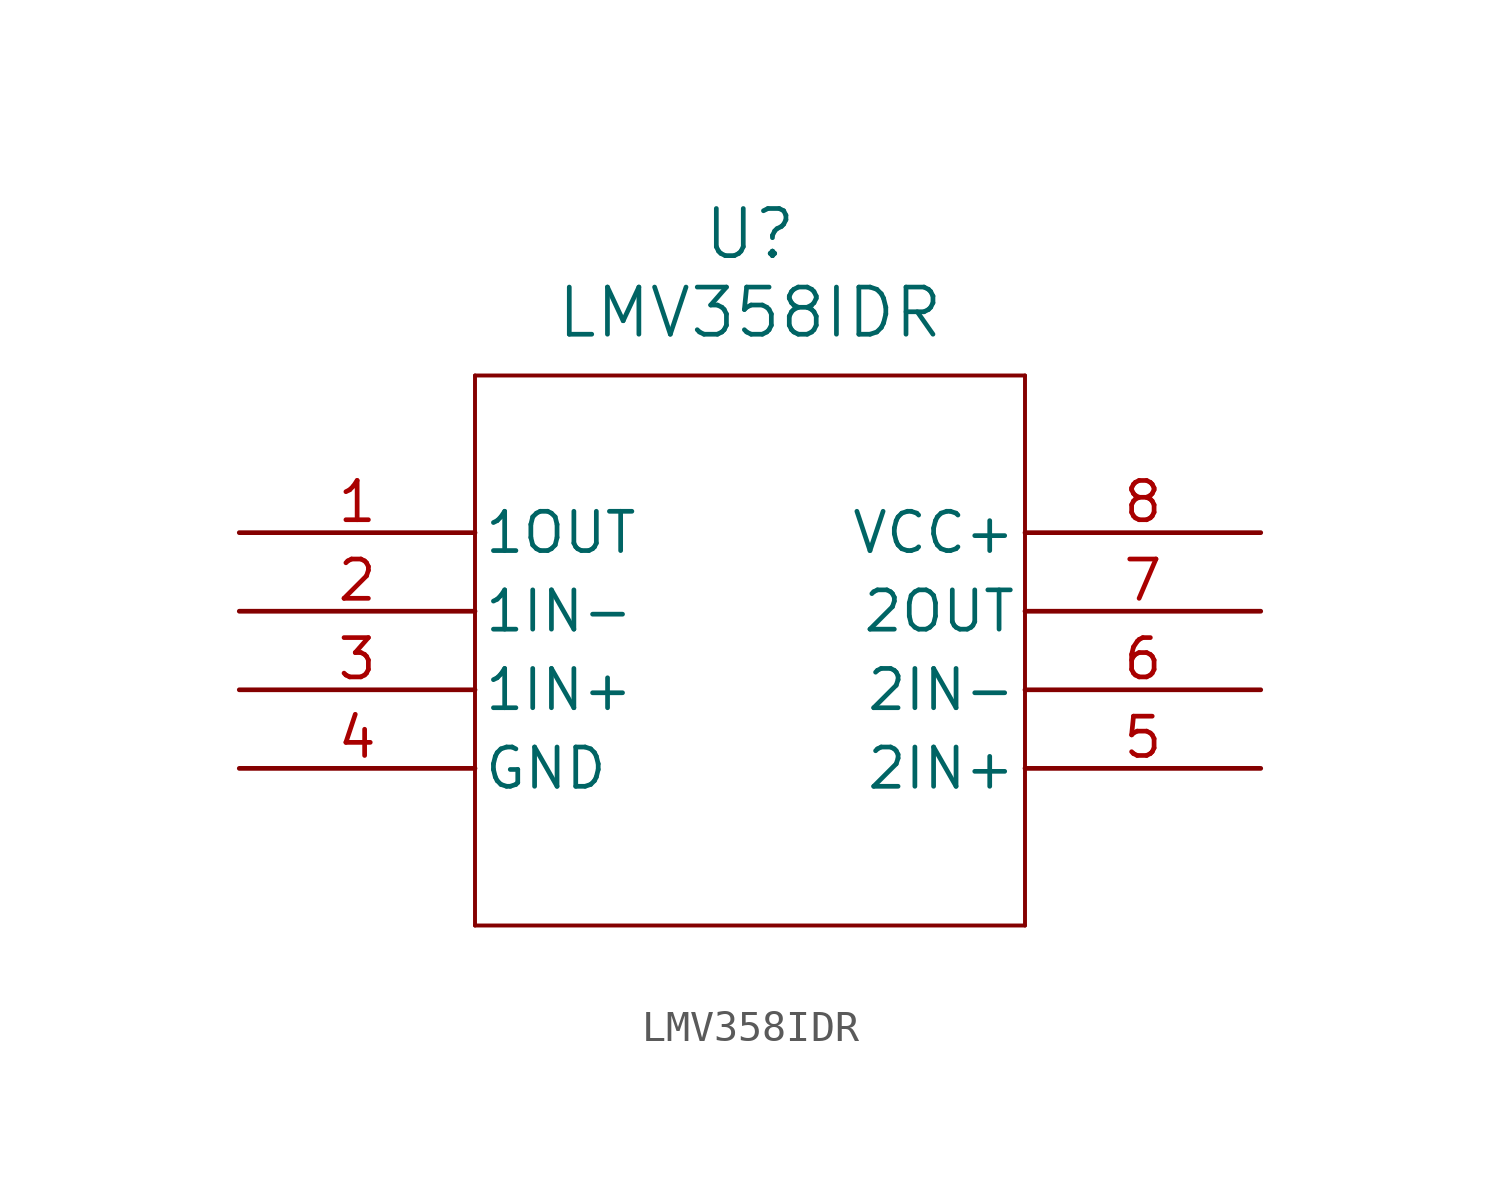
<source format=kicad_sym>
(kicad_symbol_lib
  (version 20231120)
  (generator "kicad_symbol_editor")
  (generator_version "8.0")
  (symbol "LMV358IDR"
    (pin_names
      (offset 0.254))
    (property "Reference" "U"
      (at 16.51 9.652 0)
      (effects (font (size 1.524 1.524))))
    (property "Value" "LMV358IDR"
      (at 16.51 7.112 0)
      (effects (font (size 1.524 1.524))))
    (property "ki_locked" ""
      (at 0 0 0)
      (effects (font (size 1.27 1.27))))
    (symbol "LMV358IDR_0_1"
      (polyline (pts (xy 7.62 -12.7) (xy 25.4 -12.7)) (stroke (width 0.127) (type default)) (fill (type none)))
      (polyline (pts (xy 7.62 5.08) (xy 7.62 -12.7)) (stroke (width 0.127) (type default)) (fill (type none)))
      (polyline (pts (xy 25.4 -12.7) (xy 25.4 5.08)) (stroke (width 0.127) (type default)) (fill (type none)))
      (polyline (pts (xy 25.4 5.08) (xy 7.62 5.08)) (stroke (width 0.127) (type default)) (fill (type none)))
      (pin output line (at 0 0 0) (length 7.62) (name "1OUT" (effects (font (size 1.27 1.27)))) (number "1" (effects (font (size 1.27 1.27)))))
      (pin input line (at 0 -2.54 0) (length 7.62) (name "1IN-" (effects (font (size 1.27 1.27)))) (number "2" (effects (font (size 1.27 1.27)))))
      (pin input line (at 0 -5.08 0) (length 7.62) (name "1IN+" (effects (font (size 1.27 1.27)))) (number "3" (effects (font (size 1.27 1.27)))))
      (pin power_in line (at 0 -7.62 0) (length 7.62) (name "GND" (effects (font (size 1.27 1.27)))) (number "4" (effects (font (size 1.27 1.27)))))
      (pin input line (at 33.02 -7.62 180) (length 7.62) (name "2IN+" (effects (font (size 1.27 1.27)))) (number "5" (effects (font (size 1.27 1.27)))))
      (pin input line (at 33.02 -5.08 180) (length 7.62) (name "2IN-" (effects (font (size 1.27 1.27)))) (number "6" (effects (font (size 1.27 1.27)))))
      (pin output line (at 33.02 -2.54 180) (length 7.62) (name "2OUT" (effects (font (size 1.27 1.27)))) (number "7" (effects (font (size 1.27 1.27)))))
      (pin power_in line (at 33.02 0 180) (length 7.62) (name "VCC+" (effects (font (size 1.27 1.27)))) (number "8" (effects (font (size 1.27 1.27))))))))
</source>
